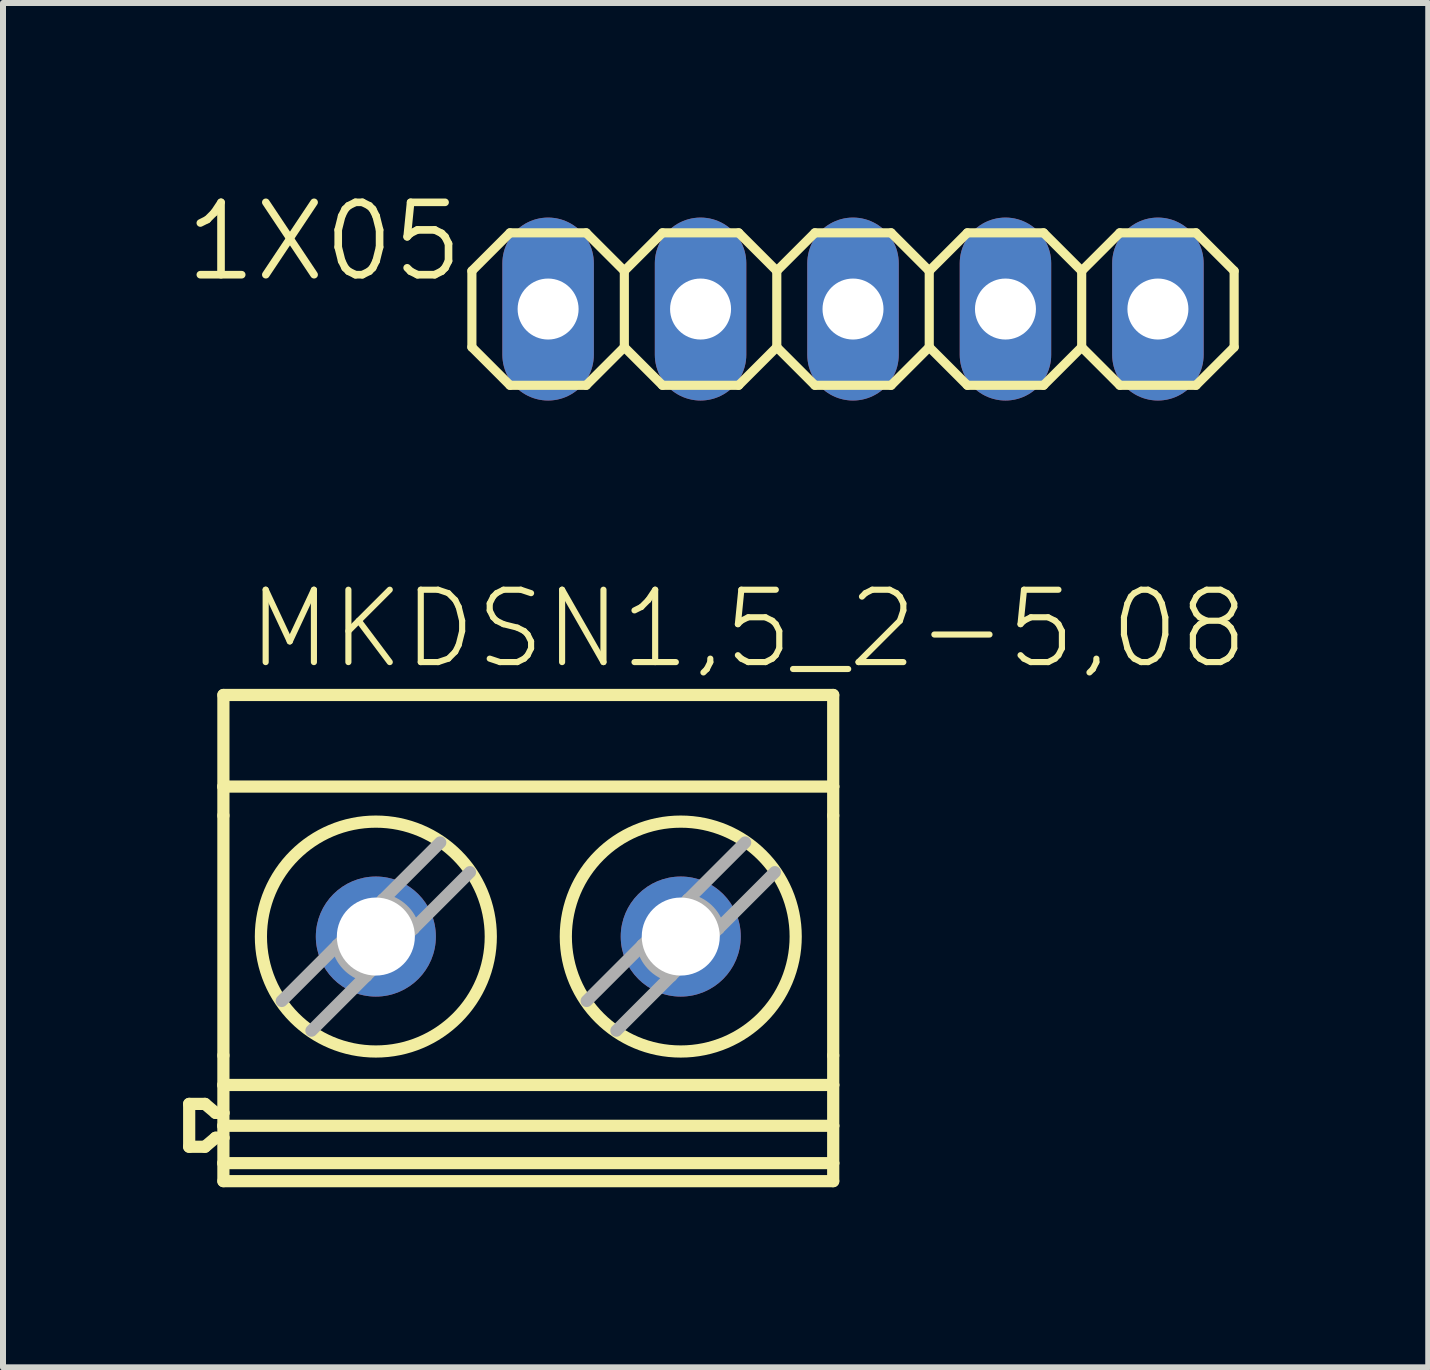
<source format=kicad_pcb>
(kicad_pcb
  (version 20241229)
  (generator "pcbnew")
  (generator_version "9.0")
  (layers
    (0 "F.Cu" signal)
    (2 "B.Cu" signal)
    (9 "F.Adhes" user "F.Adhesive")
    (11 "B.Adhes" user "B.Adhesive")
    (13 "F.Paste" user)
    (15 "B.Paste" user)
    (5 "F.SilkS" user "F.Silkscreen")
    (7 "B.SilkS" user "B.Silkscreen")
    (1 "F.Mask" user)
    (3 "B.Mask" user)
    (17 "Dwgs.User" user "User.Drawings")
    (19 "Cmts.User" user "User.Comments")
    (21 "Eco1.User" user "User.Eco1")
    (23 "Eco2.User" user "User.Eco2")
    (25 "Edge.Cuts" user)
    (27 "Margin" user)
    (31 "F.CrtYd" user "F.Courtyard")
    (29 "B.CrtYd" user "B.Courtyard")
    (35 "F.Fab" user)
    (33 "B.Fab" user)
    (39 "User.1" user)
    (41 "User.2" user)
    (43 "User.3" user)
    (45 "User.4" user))
  (footprint "1X05"
    (layer "F.Cu")
    (at 11.162 2.099)
    (property "Reference" "1X05" (at -6.426 -1.829 0) (layer "F.SilkS") (effects (font (size 1.206 1.206) (thickness 0.127)) (justify right top)))
    (attr through_hole)
    (fp_line (start -6.35 -0.635) (end -6.35 0.635) (stroke (width 0.152) (type solid)) (layer "F.SilkS"))
    (fp_line (start -6.35 0.635) (end -5.715 1.27) (stroke (width 0.152) (type solid)) (layer "F.SilkS"))
    (fp_line (start -5.715 -1.27) (end -6.35 -0.635) (stroke (width 0.152) (type solid)) (layer "F.SilkS"))
    (fp_line (start -5.715 -1.27) (end -4.445 -1.27) (stroke (width 0.152) (type solid)) (layer "F.SilkS"))
    (fp_line (start -4.445 -1.27) (end -3.81 -0.635) (stroke (width 0.152) (type solid)) (layer "F.SilkS"))
    (fp_line (start -4.445 1.27) (end -5.715 1.27) (stroke (width 0.152) (type solid)) (layer "F.SilkS"))
    (fp_line (start -3.81 -0.635) (end -3.81 0.635) (stroke (width 0.152) (type solid)) (layer "F.SilkS"))
    (fp_line (start -3.81 -0.635) (end -3.175 -1.27) (stroke (width 0.152) (type solid)) (layer "F.SilkS"))
    (fp_line (start -3.81 0.635) (end -4.445 1.27) (stroke (width 0.152) (type solid)) (layer "F.SilkS"))
    (fp_line (start -3.175 -1.27) (end -1.905 -1.27) (stroke (width 0.152) (type solid)) (layer "F.SilkS"))
    (fp_line (start -3.175 1.27) (end -3.81 0.635) (stroke (width 0.152) (type solid)) (layer "F.SilkS"))
    (fp_line (start -1.905 -1.27) (end -1.27 -0.635) (stroke (width 0.152) (type solid)) (layer "F.SilkS"))
    (fp_line (start -1.905 1.27) (end -3.175 1.27) (stroke (width 0.152) (type solid)) (layer "F.SilkS"))
    (fp_line (start -1.27 -0.635) (end -1.27 0.635) (stroke (width 0.152) (type solid)) (layer "F.SilkS"))
    (fp_line (start -1.27 -0.635) (end -0.635 -1.27) (stroke (width 0.152) (type solid)) (layer "F.SilkS"))
    (fp_line (start -1.27 0.635) (end -1.905 1.27) (stroke (width 0.152) (type solid)) (layer "F.SilkS"))
    (fp_line (start -0.635 -1.27) (end 0.635 -1.27) (stroke (width 0.152) (type solid)) (layer "F.SilkS"))
    (fp_line (start -0.635 1.27) (end -1.27 0.635) (stroke (width 0.152) (type solid)) (layer "F.SilkS"))
    (fp_line (start 0.635 -1.27) (end 1.27 -0.635) (stroke (width 0.152) (type solid)) (layer "F.SilkS"))
    (fp_line (start 0.635 1.27) (end -0.635 1.27) (stroke (width 0.152) (type solid)) (layer "F.SilkS"))
    (fp_line (start 1.27 -0.635) (end 1.27 0.635) (stroke (width 0.152) (type solid)) (layer "F.SilkS"))
    (fp_line (start 1.27 0.635) (end 0.635 1.27) (stroke (width 0.152) (type solid)) (layer "F.SilkS"))
    (fp_line (start 1.27 0.635) (end 1.905 1.27) (stroke (width 0.152) (type solid)) (layer "F.SilkS"))
    (fp_line (start 1.905 -1.27) (end 1.27 -0.635) (stroke (width 0.152) (type solid)) (layer "F.SilkS"))
    (fp_line (start 1.905 -1.27) (end 3.175 -1.27) (stroke (width 0.152) (type solid)) (layer "F.SilkS"))
    (fp_line (start 3.175 -1.27) (end 3.81 -0.635) (stroke (width 0.152) (type solid)) (layer "F.SilkS"))
    (fp_line (start 3.175 1.27) (end 1.905 1.27) (stroke (width 0.152) (type solid)) (layer "F.SilkS"))
    (fp_line (start 3.81 -0.635) (end 3.81 0.635) (stroke (width 0.152) (type solid)) (layer "F.SilkS"))
    (fp_line (start 3.81 0.635) (end 3.175 1.27) (stroke (width 0.152) (type solid)) (layer "F.SilkS"))
    (fp_line (start 3.81 0.635) (end 4.445 1.27) (stroke (width 0.152) (type solid)) (layer "F.SilkS"))
    (fp_line (start 4.445 -1.27) (end 3.81 -0.635) (stroke (width 0.152) (type solid)) (layer "F.SilkS"))
    (fp_line (start 4.445 -1.27) (end 5.715 -1.27) (stroke (width 0.152) (type solid)) (layer "F.SilkS"))
    (fp_line (start 5.715 -1.27) (end 6.35 -0.635) (stroke (width 0.152) (type solid)) (layer "F.SilkS"))
    (fp_line (start 5.715 1.27) (end 4.445 1.27) (stroke (width 0.152) (type solid)) (layer "F.SilkS"))
    (fp_line (start 6.35 -0.635) (end 6.35 0.635) (stroke (width 0.152) (type solid)) (layer "F.SilkS"))
    (fp_line (start 6.35 0.635) (end 5.715 1.27) (stroke (width 0.152) (type solid)) (layer "F.SilkS"))
    (fp_poly (pts (xy -5.334 0.254) (xy -4.826 0.254) (xy -4.826 -0.254) (xy -5.334 -0.254)) (stroke (width 0.1) (type solid)) (fill no) (layer "F.Fab"))
    (fp_poly (pts (xy -2.794 0.254) (xy -2.286 0.254) (xy -2.286 -0.254) (xy -2.794 -0.254)) (stroke (width 0.1) (type solid)) (fill no) (layer "F.Fab"))
    (fp_poly (pts (xy -0.254 0.254) (xy 0.254 0.254) (xy 0.254 -0.254) (xy -0.254 -0.254)) (stroke (width 0.1) (type solid)) (fill no) (layer "F.Fab"))
    (fp_poly (pts (xy 2.286 0.254) (xy 2.794 0.254) (xy 2.794 -0.254) (xy 2.286 -0.254)) (stroke (width 0.1) (type solid)) (fill no) (layer "F.Fab"))
    (fp_poly (pts (xy 4.826 0.254) (xy 5.334 0.254) (xy 5.334 -0.254) (xy 4.826 -0.254)) (stroke (width 0.1) (type solid)) (fill no) (layer "F.Fab"))
    (pad "1" thru_hole oval (at -5.08 0 90) (size 3.048 1.524) (drill 1.016) (layers "*.Cu" "*.Mask"))
    (pad "2" thru_hole oval (at -2.54 0 90) (size 3.048 1.524) (drill 1.016) (layers "*.Cu" "*.Mask"))
    (pad "3" thru_hole oval (at 0 0 90) (size 3.048 1.524) (drill 1.016) (layers "*.Cu" "*.Mask"))
    (pad "4" thru_hole oval (at 2.54 0 90) (size 3.048 1.524) (drill 1.016) (layers "*.Cu" "*.Mask"))
    (pad "5" thru_hole oval (at 5.08 0 90) (size 3.048 1.524) (drill 1.016) (layers "*.Cu" "*.Mask")))
  (footprint "MKDSN1,5_2-5,08"
    (layer "F.Cu")
    (at 5.773 12.579)
    (property "Reference" "MKDSN1,5_2-5,08" (at -4.751 -4.445 0) (layer "F.SilkS") (effects (font (size 1.206 1.206) (thickness 0.102)) (justify left bottom)))
    (attr through_hole)
    (fp_line (start -5.671 2.763) (end -5.671 3.477) (stroke (width 0.203) (type solid)) (layer "F.SilkS"))
    (fp_line (start -5.671 2.763) (end -5.408 2.763) (stroke (width 0.203) (type solid)) (layer "F.SilkS"))
    (fp_line (start -5.671 3.477) (end -5.408 3.477) (stroke (width 0.203) (type solid)) (layer "F.SilkS"))
    (fp_line (start -5.408 2.763) (end -5.23 2.913) (stroke (width 0.203) (type solid)) (layer "F.SilkS"))
    (fp_line (start -5.23 2.913) (end -5.101 2.913) (stroke (width 0.203) (type solid)) (layer "F.SilkS"))
    (fp_line (start -5.23 3.327) (end -5.408 3.477) (stroke (width 0.203) (type solid)) (layer "F.SilkS"))
    (fp_line (start -5.101 -4.05) (end 5.059 -4.05) (stroke (width 0.203) (type solid)) (layer "F.SilkS"))
    (fp_line (start -5.101 -2.524) (end -5.101 -4.05) (stroke (width 0.203) (type solid)) (layer "F.SilkS"))
    (fp_line (start -5.101 -2.524) (end -5.101 -2.041) (stroke (width 0.203) (type solid)) (layer "F.SilkS"))
    (fp_line (start -5.101 -2.524) (end 5.059 -2.524) (stroke (width 0.203) (type solid)) (layer "F.SilkS"))
    (fp_line (start -5.101 1.956) (end -5.101 -2.041) (stroke (width 0.203) (type solid)) (layer "F.SilkS"))
    (fp_line (start -5.101 1.956) (end -5.101 2.448) (stroke (width 0.203) (type solid)) (layer "F.SilkS"))
    (fp_line (start -5.101 2.913) (end -5.101 2.448) (stroke (width 0.203) (type solid)) (layer "F.SilkS"))
    (fp_line (start -5.101 3.128) (end -5.101 2.913) (stroke (width 0.203) (type solid)) (layer "F.SilkS"))
    (fp_line (start -5.101 3.128) (end 5.059 3.128) (stroke (width 0.203) (type solid)) (layer "F.SilkS"))
    (fp_line (start -5.101 3.327) (end -5.23 3.327) (stroke (width 0.203) (type solid)) (layer "F.SilkS"))
    (fp_line (start -5.101 3.327) (end -5.101 3.128) (stroke (width 0.203) (type solid)) (layer "F.SilkS"))
    (fp_line (start -5.101 3.75) (end -5.101 3.327) (stroke (width 0.203) (type solid)) (layer "F.SilkS"))
    (fp_line (start -5.101 3.75) (end -5.101 4.05) (stroke (width 0.203) (type solid)) (layer "F.SilkS"))
    (fp_line (start -5.101 4.05) (end 5.059 4.05) (stroke (width 0.203) (type solid)) (layer "F.SilkS"))
    (fp_line (start 5.059 -2.524) (end 5.059 -4.05) (stroke (width 0.203) (type solid)) (layer "F.SilkS"))
    (fp_line (start 5.059 -2.524) (end 5.059 -2.041) (stroke (width 0.203) (type solid)) (layer "F.SilkS"))
    (fp_line (start 5.059 1.956) (end 5.059 -2.041) (stroke (width 0.203) (type solid)) (layer "F.SilkS"))
    (fp_line (start 5.059 1.956) (end 5.059 2.448) (stroke (width 0.203) (type solid)) (layer "F.SilkS"))
    (fp_line (start 5.059 2.448) (end -5.101 2.448) (stroke (width 0.203) (type solid)) (layer "F.SilkS"))
    (fp_line (start 5.059 3.128) (end 5.059 2.448) (stroke (width 0.203) (type solid)) (layer "F.SilkS"))
    (fp_line (start 5.059 3.75) (end -5.101 3.75) (stroke (width 0.203) (type solid)) (layer "F.SilkS"))
    (fp_line (start 5.059 3.75) (end 5.059 3.128) (stroke (width 0.203) (type solid)) (layer "F.SilkS"))
    (fp_line (start 5.059 3.75) (end 5.059 4.05) (stroke (width 0.203) (type solid)) (layer "F.SilkS"))
    (fp_circle (center -2.561 -0.025) (end -0.646 -0.025) (stroke (width 0.203) (type solid)) (fill no) (layer "F.SilkS"))
    (fp_circle (center 2.519 -0.025) (end 4.434 -0.025) (stroke (width 0.203) (type solid)) (fill no) (layer "F.SilkS"))
    (fp_line (start -4.129 1.048) (end -3.2 0.119) (stroke (width 0.203) (type solid)) (layer "F.Fab"))
    (fp_line (start -3.2 0.119) (end -2.561 -0.52) (stroke (width 0.203) (type solid)) (layer "F.Fab"))
    (fp_line (start -2.721 0.63) (end -3.634 1.543) (stroke (width 0.203) (type solid)) (layer "F.Fab"))
    (fp_line (start -2.561 -0.52) (end -2.442 -0.639) (stroke (width 0.203) (type solid)) (layer "F.Fab"))
    (fp_line (start -2.561 0.47) (end -2.721 0.63) (stroke (width 0.203) (type solid)) (layer "F.Fab"))
    (fp_line (start -2.442 -0.639) (end -1.488 -1.593) (stroke (width 0.203) (type solid)) (layer "F.Fab"))
    (fp_line (start -1.931 -0.16) (end -2.561 0.47) (stroke (width 0.203) (type solid)) (layer "F.Fab"))
    (fp_line (start -0.993 -1.098) (end -1.931 -0.16) (stroke (width 0.203) (type solid)) (layer "F.Fab"))
    (fp_line (start 0.951 1.048) (end 1.88 0.119) (stroke (width 0.203) (type solid)) (layer "F.Fab"))
    (fp_line (start 1.88 0.119) (end 2.519 -0.52) (stroke (width 0.203) (type solid)) (layer "F.Fab"))
    (fp_line (start 2.359 0.63) (end 1.446 1.543) (stroke (width 0.203) (type solid)) (layer "F.Fab"))
    (fp_line (start 2.519 -0.52) (end 2.638 -0.639) (stroke (width 0.203) (type solid)) (layer "F.Fab"))
    (fp_line (start 2.519 0.47) (end 2.359 0.63) (stroke (width 0.203) (type solid)) (layer "F.Fab"))
    (fp_line (start 2.638 -0.639) (end 3.592 -1.593) (stroke (width 0.203) (type solid)) (layer "F.Fab"))
    (fp_line (start 3.149 -0.16) (end 2.519 0.47) (stroke (width 0.203) (type solid)) (layer "F.Fab"))
    (fp_line (start 4.087 -1.098) (end 3.149 -0.16) (stroke (width 0.203) (type solid)) (layer "F.Fab"))
    (fp_arc (start -2.721099 0.63) (mid -3.035315 0.444537) (end -3.2001 0.119) (stroke (width 0.2032) (type solid)) (layer "F.Fab"))
    (fp_arc (start -2.4421 -0.639) (mid -2.116563 -0.474216) (end -1.9311 -0.16) (stroke (width 0.2032) (type solid)) (layer "F.Fab"))
    (fp_arc (start 2.3589 0.629999) (mid 2.044684 0.444536) (end 1.8799 0.119) (stroke (width 0.2032) (type solid)) (layer "F.Fab"))
    (fp_arc (start 2.6379 -0.639001) (mid 2.963437 -0.474216) (end 3.1489 -0.16) (stroke (width 0.2032) (type solid)) (layer "F.Fab"))
    (pad "1" thru_hole circle (at -2.561 -0.025) (size 2 2) (drill 1.3) (layers "*.Cu" "*.Mask"))
    (pad "2" thru_hole circle (at 2.519 -0.025) (size 2 2) (drill 1.3) (layers "*.Cu" "*.Mask")))
  (gr_rect
    (start -3 -3)
    (end 20.746 19.731)
    (stroke (width 0.1) (type default))
    (fill no)
    (layer "Edge.Cuts")))
</source>
